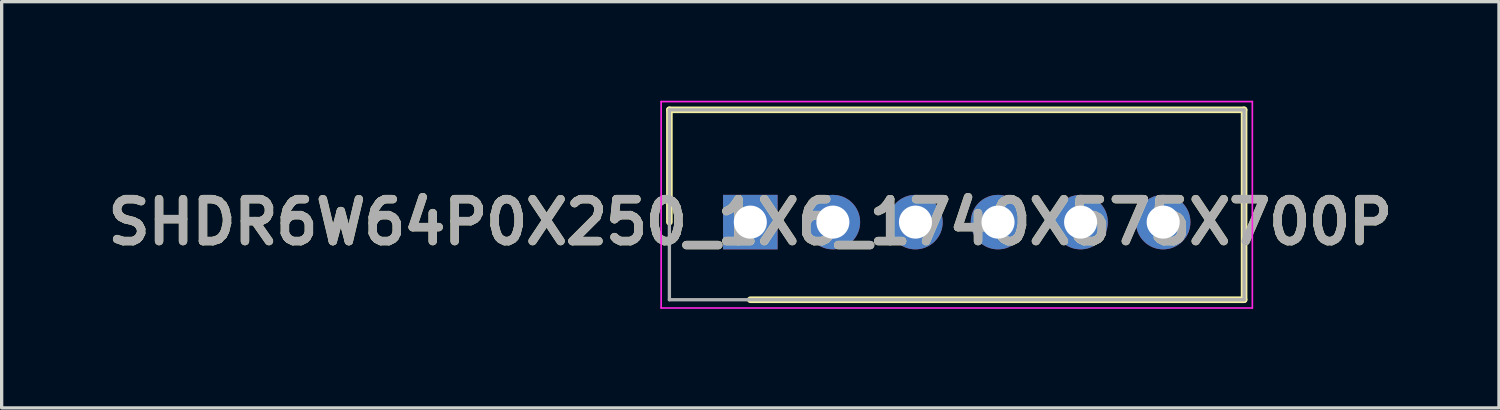
<source format=kicad_pcb>
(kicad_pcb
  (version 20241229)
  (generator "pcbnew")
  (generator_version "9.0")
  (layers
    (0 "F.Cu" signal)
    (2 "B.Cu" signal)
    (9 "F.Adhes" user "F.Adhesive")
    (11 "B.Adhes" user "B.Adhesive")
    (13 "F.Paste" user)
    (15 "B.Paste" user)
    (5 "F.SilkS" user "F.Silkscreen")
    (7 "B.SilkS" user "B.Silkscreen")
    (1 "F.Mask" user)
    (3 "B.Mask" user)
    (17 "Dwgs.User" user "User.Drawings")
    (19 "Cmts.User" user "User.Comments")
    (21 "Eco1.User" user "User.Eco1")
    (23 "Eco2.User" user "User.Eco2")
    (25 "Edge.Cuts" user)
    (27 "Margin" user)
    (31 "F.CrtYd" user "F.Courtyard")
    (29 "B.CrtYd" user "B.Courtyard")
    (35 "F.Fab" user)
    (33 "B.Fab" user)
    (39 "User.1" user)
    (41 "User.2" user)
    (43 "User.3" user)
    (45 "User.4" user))
  (footprint "SHDR6W64P0X250_1X6_1740X575X700P"
    (layer "F.Cu")
    (at 19.667 3.675)
    (property "Reference" "SHDR6W64P0X250_1X6_1740X575X700P" (at 0 0 0) (layer "F.SilkS") (effects (font (size 1.27 1.27) (thickness 0.254))))
    (attr through_hole)
    (fp_line (start -2.45 -3.4) (end -2.45 0) (stroke (width 0.2) (type solid)) (layer "F.SilkS"))
    (fp_line (start 0 2.35) (end 14.95 2.35) (stroke (width 0.2) (type solid)) (layer "F.SilkS"))
    (fp_line (start 14.95 -3.4) (end -2.45 -3.4) (stroke (width 0.2) (type solid)) (layer "F.SilkS"))
    (fp_line (start 14.95 2.35) (end 14.95 -3.4) (stroke (width 0.2) (type solid)) (layer "F.SilkS"))
    (fp_line (start -2.7 -3.65) (end 15.2 -3.65) (stroke (width 0.05) (type solid)) (layer "F.CrtYd"))
    (fp_line (start -2.7 2.6) (end -2.7 -3.65) (stroke (width 0.05) (type solid)) (layer "F.CrtYd"))
    (fp_line (start 15.2 -3.65) (end 15.2 2.6) (stroke (width 0.05) (type solid)) (layer "F.CrtYd"))
    (fp_line (start 15.2 2.6) (end -2.7 2.6) (stroke (width 0.05) (type solid)) (layer "F.CrtYd"))
    (fp_line (start -2.45 -3.4) (end 14.95 -3.4) (stroke (width 0.1) (type solid)) (layer "F.Fab"))
    (fp_line (start -2.45 2.35) (end -2.45 -3.4) (stroke (width 0.1) (type solid)) (layer "F.Fab"))
    (fp_line (start 14.95 -3.4) (end 14.95 2.35) (stroke (width 0.1) (type solid)) (layer "F.Fab"))
    (fp_line (start 14.95 2.35) (end -2.45 2.35) (stroke (width 0.1) (type solid)) (layer "F.Fab"))
    (fp_text user "${REFERENCE}" (at 0 0 0) (layer "F.Fab") (effects (font (size 1.27 1.27) (thickness 0.254))))
    (pad "1" thru_hole rect (at 0 0) (size 1.65 1.65) (drill 1) (layers "*.Cu" "*.Mask"))
    (pad "2" thru_hole circle (at 2.5 0) (size 1.65 1.65) (drill 1) (layers "*.Cu" "*.Mask"))
    (pad "3" thru_hole circle (at 5 0) (size 1.65 1.65) (drill 1) (layers "*.Cu" "*.Mask"))
    (pad "4" thru_hole circle (at 7.5 0) (size 1.65 1.65) (drill 1) (layers "*.Cu" "*.Mask"))
    (pad "5" thru_hole circle (at 10 0) (size 1.65 1.65) (drill 1) (layers "*.Cu" "*.Mask"))
    (pad "6" thru_hole circle (at 12.5 0) (size 1.65 1.65) (drill 1) (layers "*.Cu" "*.Mask")))
  (gr_rect
    (start -3 -3)
    (end 42.334 9.3)
    (stroke (width 0.1) (type default))
    (fill no)
    (layer "Edge.Cuts")))
</source>
